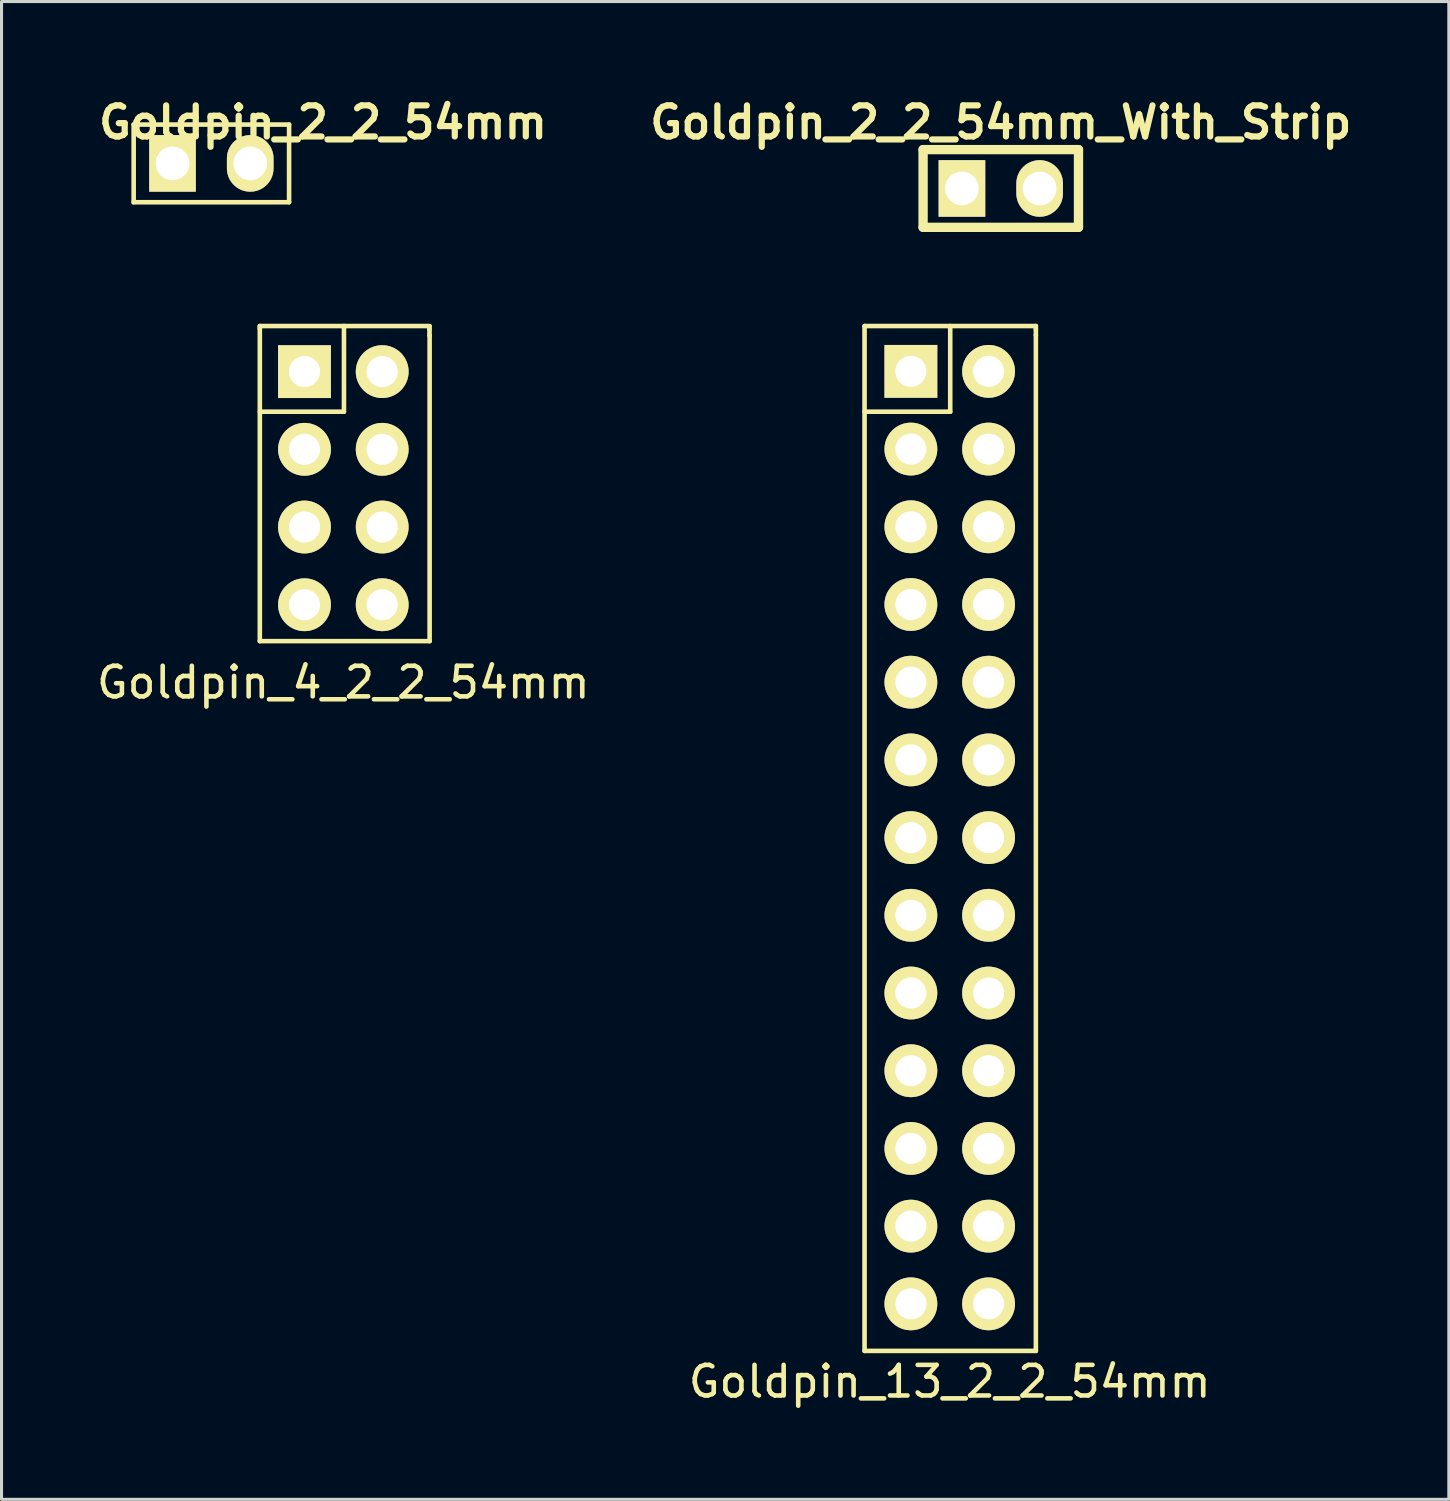
<source format=kicad_pcb>
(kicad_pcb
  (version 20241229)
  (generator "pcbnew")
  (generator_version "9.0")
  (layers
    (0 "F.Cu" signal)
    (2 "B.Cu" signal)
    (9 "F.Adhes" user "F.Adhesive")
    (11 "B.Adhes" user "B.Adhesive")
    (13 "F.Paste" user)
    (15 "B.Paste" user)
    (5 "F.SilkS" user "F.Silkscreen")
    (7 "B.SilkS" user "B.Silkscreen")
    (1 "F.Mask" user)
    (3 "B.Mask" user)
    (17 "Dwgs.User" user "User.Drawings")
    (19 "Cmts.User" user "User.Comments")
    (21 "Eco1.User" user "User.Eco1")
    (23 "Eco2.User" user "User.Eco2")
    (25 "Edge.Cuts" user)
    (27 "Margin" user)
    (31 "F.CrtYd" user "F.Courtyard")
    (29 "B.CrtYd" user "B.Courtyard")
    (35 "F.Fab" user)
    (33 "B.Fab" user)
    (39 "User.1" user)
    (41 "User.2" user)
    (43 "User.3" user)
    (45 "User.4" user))
  (footprint "Goldpin_2_2_54mm"
    (layer "F.Cu")
    (at 3.859 2.291)
    (property "Reference" "Goldpin_2_2_54mm" (at 3.65 -1.34 0) (layer "F.SilkS") (effects (font (size 1.016 1.016) (thickness 0.203))))
    (attr through_hole)
    (fp_line (start -2.54 -1.27) (end 2.54 -1.27) (stroke (width 0.15) (type solid)) (layer "F.SilkS"))
    (fp_line (start -2.54 1.27) (end -2.54 -1.27) (stroke (width 0.15) (type solid)) (layer "F.SilkS"))
    (fp_line (start 2.54 -1.27) (end 2.54 1.27) (stroke (width 0.15) (type solid)) (layer "F.SilkS"))
    (fp_line (start 2.54 1.27) (end -2.54 1.27) (stroke (width 0.15) (type solid)) (layer "F.SilkS"))
    (pad "1" thru_hole rect (at -1.27 0) (size 1.524 1.85) (drill 1.1) (layers "*.Cu" "*.Mask" "F.SilkS"))
    (pad "2" thru_hole oval (at 1.27 0) (size 1.524 1.85) (drill 1.1) (layers "*.Cu" "*.Mask" "F.SilkS")))
  (footprint "Goldpin_2_2_54mm_With_Strip"
    (layer "F.Cu")
    (at 29.663 3.11)
    (property "Reference" "Goldpin_2_2_54mm_With_Strip" (at 0 -2.159 0) (layer "F.SilkS") (effects (font (size 1.016 1.016) (thickness 0.203))))
    (attr through_hole)
    (fp_line (start -2.54 -1.27) (end 2.54 -1.27) (stroke (width 0.305) (type solid)) (layer "F.SilkS"))
    (fp_line (start -2.54 1.27) (end -2.54 -1.27) (stroke (width 0.305) (type solid)) (layer "F.SilkS"))
    (fp_line (start 2.54 -1.27) (end 2.54 1.27) (stroke (width 0.305) (type solid)) (layer "F.SilkS"))
    (fp_line (start 2.54 1.27) (end -2.54 1.27) (stroke (width 0.305) (type solid)) (layer "F.SilkS"))
    (pad "1" thru_hole rect (at -1.27 0) (size 1.524 1.85) (drill 1.1) (layers "*.Cu" "*.Mask" "F.SilkS"))
    (pad "2" thru_hole oval (at 1.27 0) (size 1.524 1.85) (drill 1.1) (layers "*.Cu" "*.Mask" "F.SilkS")))
  (footprint "Goldpin_13_2_2_54mm"
    (layer "F.Cu")
    (at 27.994 24.329)
    (property "Reference" "Goldpin_13_2_2_54mm" (at 0 17.78 0) (layer "F.SilkS") (effects (font (size 1 1) (thickness 0.15))))
    (attr through_hole)
    (fp_line (start -2.784 -16.722) (end -2.784 16.778) (stroke (width 0.15) (type solid)) (layer "F.SilkS"))
    (fp_line (start -2.784 -13.922) (end 0.016 -13.922) (stroke (width 0.15) (type solid)) (layer "F.SilkS"))
    (fp_line (start -2.784 16.778) (end 2.816 16.778) (stroke (width 0.15) (type solid)) (layer "F.SilkS"))
    (fp_line (start 0.016 -13.922) (end 0.016 -16.722) (stroke (width 0.15) (type solid)) (layer "F.SilkS"))
    (fp_line (start 2.816 -16.722) (end -2.784 -16.722) (stroke (width 0.15) (type solid)) (layer "F.SilkS"))
    (fp_line (start 2.816 -16.622) (end 2.816 -16.722) (stroke (width 0.15) (type solid)) (layer "F.SilkS"))
    (fp_line (start 2.816 -16.422) (end 2.816 -16.622) (stroke (width 0.15) (type solid)) (layer "F.SilkS"))
    (fp_line (start 2.816 16.778) (end 2.816 -16.422) (stroke (width 0.15) (type solid)) (layer "F.SilkS"))
    (pad "1" thru_hole rect (at -1.27 -15.24) (size 1.727 1.727) (drill 1.016) (layers "*.Cu" "*.Mask" "F.SilkS"))
    (pad "2" thru_hole oval (at 1.27 -15.24) (size 1.727 1.727) (drill 1.016) (layers "*.Cu" "*.Mask" "F.SilkS"))
    (pad "3" thru_hole oval (at -1.27 -12.7) (size 1.727 1.727) (drill 1.016) (layers "*.Cu" "*.Mask" "F.SilkS"))
    (pad "4" thru_hole oval (at 1.27 -12.7) (size 1.727 1.727) (drill 1.016) (layers "*.Cu" "*.Mask" "F.SilkS"))
    (pad "5" thru_hole oval (at -1.27 -10.16) (size 1.727 1.727) (drill 1.016) (layers "*.Cu" "*.Mask" "F.SilkS"))
    (pad "6" thru_hole oval (at 1.27 -10.16) (size 1.727 1.727) (drill 1.016) (layers "*.Cu" "*.Mask" "F.SilkS"))
    (pad "7" thru_hole oval (at -1.27 -7.62) (size 1.727 1.727) (drill 1.016) (layers "*.Cu" "*.Mask" "F.SilkS"))
    (pad "8" thru_hole oval (at 1.27 -7.62) (size 1.727 1.727) (drill 1.016) (layers "*.Cu" "*.Mask" "F.SilkS"))
    (pad "9" thru_hole oval (at -1.27 -5.08) (size 1.727 1.727) (drill 1.016) (layers "*.Cu" "*.Mask" "F.SilkS"))
    (pad "10" thru_hole oval (at 1.27 -5.08) (size 1.727 1.727) (drill 1.016) (layers "*.Cu" "*.Mask" "F.SilkS"))
    (pad "11" thru_hole oval (at -1.27 -2.54) (size 1.727 1.727) (drill 1.016) (layers "*.Cu" "*.Mask" "F.SilkS"))
    (pad "12" thru_hole oval (at 1.27 -2.54) (size 1.727 1.727) (drill 1.016) (layers "*.Cu" "*.Mask" "F.SilkS"))
    (pad "13" thru_hole oval (at -1.27 0) (size 1.727 1.727) (drill 1.016) (layers "*.Cu" "*.Mask" "F.SilkS"))
    (pad "14" thru_hole oval (at 1.27 0) (size 1.727 1.727) (drill 1.016) (layers "*.Cu" "*.Mask" "F.SilkS"))
    (pad "15" thru_hole oval (at -1.27 2.54) (size 1.727 1.727) (drill 1.016) (layers "*.Cu" "*.Mask" "F.SilkS"))
    (pad "16" thru_hole oval (at 1.27 2.54) (size 1.727 1.727) (drill 1.016) (layers "*.Cu" "*.Mask" "F.SilkS"))
    (pad "17" thru_hole oval (at -1.27 5.08) (size 1.727 1.727) (drill 1.016) (layers "*.Cu" "*.Mask" "F.SilkS"))
    (pad "18" thru_hole oval (at 1.27 5.08) (size 1.727 1.727) (drill 1.016) (layers "*.Cu" "*.Mask" "F.SilkS"))
    (pad "19" thru_hole oval (at -1.27 7.62) (size 1.727 1.727) (drill 1.016) (layers "*.Cu" "*.Mask" "F.SilkS"))
    (pad "20" thru_hole oval (at 1.27 7.62) (size 1.727 1.727) (drill 1.016) (layers "*.Cu" "*.Mask" "F.SilkS"))
    (pad "21" thru_hole oval (at -1.27 10.16) (size 1.727 1.727) (drill 1.016) (layers "*.Cu" "*.Mask" "F.SilkS"))
    (pad "22" thru_hole oval (at 1.27 10.16) (size 1.727 1.727) (drill 1.016) (layers "*.Cu" "*.Mask" "F.SilkS"))
    (pad "23" thru_hole oval (at -1.27 12.7) (size 1.727 1.727) (drill 1.016) (layers "*.Cu" "*.Mask" "F.SilkS"))
    (pad "24" thru_hole oval (at 1.27 12.7) (size 1.727 1.727) (drill 1.016) (layers "*.Cu" "*.Mask" "F.SilkS"))
    (pad "25" thru_hole oval (at -1.27 15.24) (size 1.727 1.727) (drill 1.016) (layers "*.Cu" "*.Mask" "F.SilkS"))
    (pad "26" thru_hole oval (at 1.27 15.24) (size 1.727 1.727) (drill 1.016) (layers "*.Cu" "*.Mask" "F.SilkS")))
  (footprint "Goldpin_4_2_2_54mm"
    (layer "F.Cu")
    (at 8.173 12.907)
    (property "Reference" "Goldpin_4_2_2_54mm" (at 0 6.35 0) (layer "F.SilkS") (effects (font (size 1 1) (thickness 0.15))))
    (attr through_hole)
    (fp_line (start -2.73 -5.3) (end -2.73 -5.2) (stroke (width 0.15) (type solid)) (layer "F.SilkS"))
    (fp_line (start -2.73 -2.5) (end 0.02 -2.5) (stroke (width 0.15) (type solid)) (layer "F.SilkS"))
    (fp_line (start -2.73 5) (end -2.73 -5.25) (stroke (width 0.15) (type solid)) (layer "F.SilkS"))
    (fp_line (start 0.02 -2.5) (end 0.02 -5.3) (stroke (width 0.15) (type solid)) (layer "F.SilkS"))
    (fp_line (start 2.816 -5.192) (end 2.816 -5.292) (stroke (width 0.15) (type solid)) (layer "F.SilkS"))
    (fp_line (start 2.816 -4.992) (end 2.816 -5.192) (stroke (width 0.15) (type solid)) (layer "F.SilkS"))
    (fp_line (start 2.82 -5.3) (end -2.73 -5.3) (stroke (width 0.15) (type solid)) (layer "F.SilkS"))
    (fp_line (start 2.82 -5) (end 2.82 5) (stroke (width 0.15) (type solid)) (layer "F.SilkS"))
    (fp_line (start 2.82 5) (end -2.73 5) (stroke (width 0.15) (type solid)) (layer "F.SilkS"))
    (pad "1" thru_hole rect (at -1.27 -3.81) (size 1.727 1.727) (drill 1.016) (layers "*.Cu" "*.Mask" "F.SilkS"))
    (pad "2" thru_hole oval (at 1.27 -3.81) (size 1.727 1.727) (drill 1.016) (layers "*.Cu" "*.Mask" "F.SilkS"))
    (pad "3" thru_hole oval (at -1.27 -1.27) (size 1.727 1.727) (drill 1.016) (layers "*.Cu" "*.Mask" "F.SilkS"))
    (pad "4" thru_hole oval (at 1.27 -1.27) (size 1.727 1.727) (drill 1.016) (layers "*.Cu" "*.Mask" "F.SilkS"))
    (pad "5" thru_hole oval (at -1.27 1.27) (size 1.727 1.727) (drill 1.016) (layers "*.Cu" "*.Mask" "F.SilkS"))
    (pad "6" thru_hole oval (at 1.27 1.27) (size 1.727 1.727) (drill 1.016) (layers "*.Cu" "*.Mask" "F.SilkS"))
    (pad "7" thru_hole oval (at -1.27 3.81) (size 1.727 1.727) (drill 1.016) (layers "*.Cu" "*.Mask" "F.SilkS"))
    (pad "8" thru_hole oval (at 1.27 3.81) (size 1.727 1.727) (drill 1.016) (layers "*.Cu" "*.Mask" "F.SilkS")))
  (gr_rect
    (start -3 -3)
    (end 44.308 45.958)
    (stroke (width 0.1) (type default))
    (fill no)
    (layer "Edge.Cuts")))
</source>
